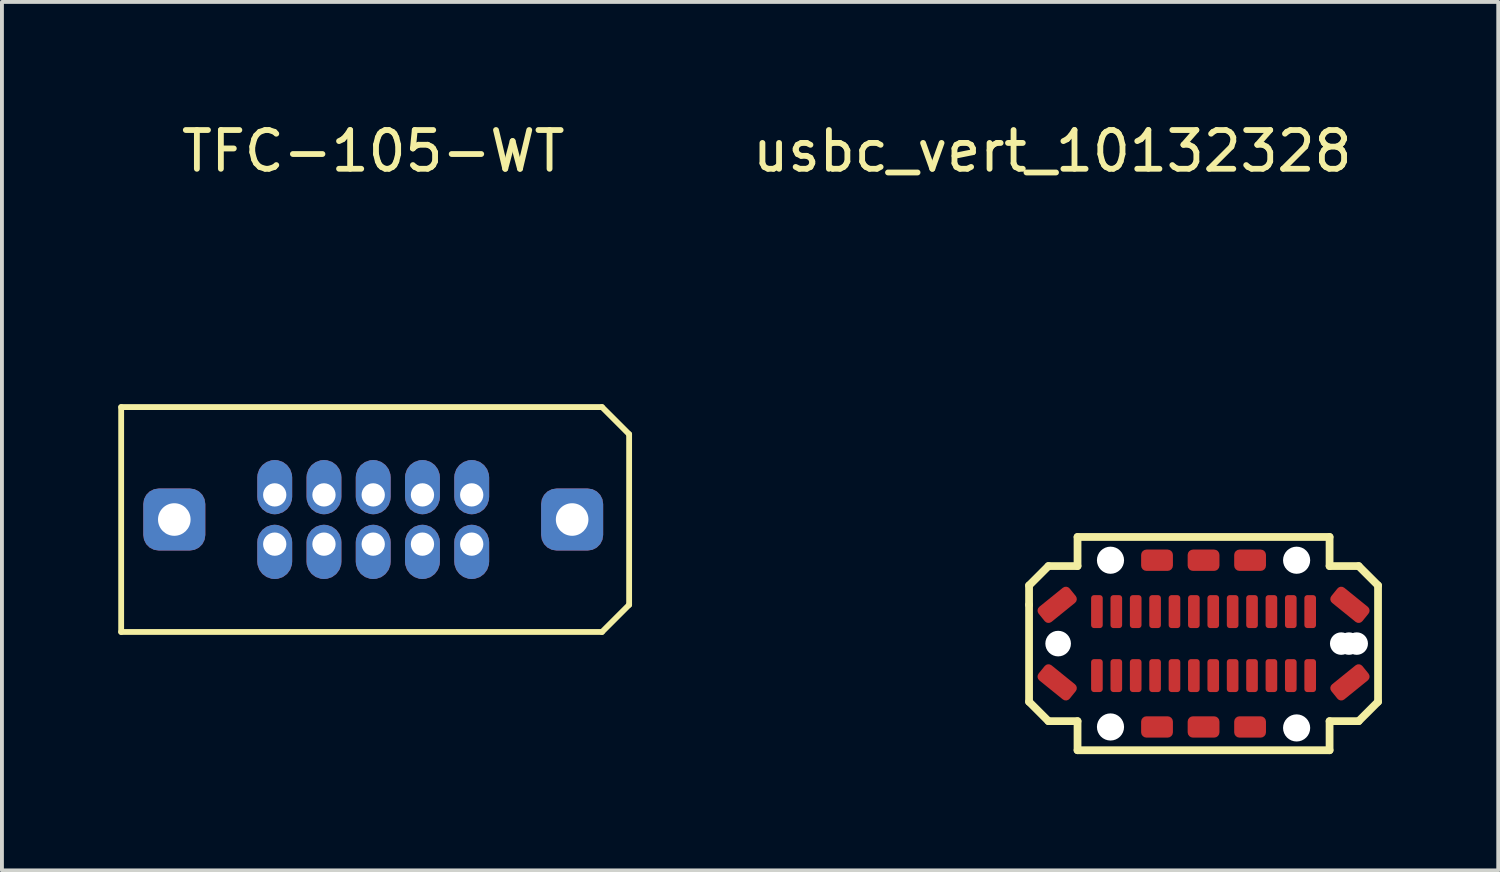
<source format=kicad_pcb>
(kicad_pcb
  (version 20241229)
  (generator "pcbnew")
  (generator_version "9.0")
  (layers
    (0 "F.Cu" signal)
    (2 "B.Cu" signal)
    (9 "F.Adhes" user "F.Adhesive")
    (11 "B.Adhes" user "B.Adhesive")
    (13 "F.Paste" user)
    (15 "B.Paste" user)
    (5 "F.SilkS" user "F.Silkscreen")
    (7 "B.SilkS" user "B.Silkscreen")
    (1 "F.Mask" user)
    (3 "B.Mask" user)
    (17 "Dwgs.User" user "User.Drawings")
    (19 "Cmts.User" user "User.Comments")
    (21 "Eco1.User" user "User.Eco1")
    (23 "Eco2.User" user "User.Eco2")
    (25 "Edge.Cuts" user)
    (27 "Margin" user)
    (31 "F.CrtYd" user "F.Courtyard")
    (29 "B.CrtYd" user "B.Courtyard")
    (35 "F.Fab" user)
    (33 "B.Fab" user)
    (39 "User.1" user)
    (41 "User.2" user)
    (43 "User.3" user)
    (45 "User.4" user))
  (footprint "TFC-105-WT"
    (layer "F.Cu")
    (at 6.575 10.348)
    (property "Reference" "TFC-105-WT" (at 0 -9.5 0) (layer "F.SilkS") (effects (font (size 1 1) (thickness 0.15))))
    (attr through_hole)
    (fp_line (start -6.5 -2.9) (end 5.9 -2.9) (stroke (width 0.15) (type solid)) (layer "F.SilkS"))
    (fp_line (start -6.5 2.9) (end -6.5 -2.9) (stroke (width 0.15) (type solid)) (layer "F.SilkS"))
    (fp_line (start 5.9 -2.9) (end 6.6 -2.2) (stroke (width 0.15) (type solid)) (layer "F.SilkS"))
    (fp_line (start 5.9 2.9) (end -6.5 2.9) (stroke (width 0.15) (type solid)) (layer "F.SilkS"))
    (fp_line (start 6.6 -2.2) (end 6.6 2.2) (stroke (width 0.15) (type solid)) (layer "F.SilkS"))
    (fp_line (start 6.6 2.2) (end 5.9 2.9) (stroke (width 0.15) (type solid)) (layer "F.SilkS"))
    (pad "1" thru_hole roundrect (at -2.54 0.635 180) (size 0.9 1.4) (drill 0.6 (offset 0 -0.2)) (layers "*.Cu" "*.Mask") (roundrect_rratio 0.5))
    (pad "2" thru_hole roundrect (at -2.54 -0.635) (size 0.9 1.4) (drill 0.6 (offset 0 -0.2)) (layers "*.Cu" "*.Mask") (roundrect_rratio 0.5))
    (pad "3" thru_hole roundrect (at -1.27 0.635 180) (size 0.9 1.4) (drill 0.6 (offset 0 -0.2)) (layers "*.Cu" "*.Mask") (roundrect_rratio 0.5))
    (pad "4" thru_hole roundrect (at -1.27 -0.635) (size 0.9 1.4) (drill 0.6 (offset 0 -0.2)) (layers "*.Cu" "*.Mask") (roundrect_rratio 0.5))
    (pad "5" thru_hole roundrect (at 0 0.635 180) (size 0.9 1.4) (drill 0.6 (offset 0 -0.2)) (layers "*.Cu" "*.Mask") (roundrect_rratio 0.5))
    (pad "6" thru_hole roundrect (at 0 -0.635) (size 0.9 1.4) (drill 0.6 (offset 0 -0.2)) (layers "*.Cu" "*.Mask") (roundrect_rratio 0.5))
    (pad "7" thru_hole roundrect (at 1.27 0.635 180) (size 0.9 1.4) (drill 0.6 (offset 0 -0.2)) (layers "*.Cu" "*.Mask") (roundrect_rratio 0.5))
    (pad "8" thru_hole roundrect (at 1.27 -0.635) (size 0.9 1.4) (drill 0.6 (offset 0 -0.2)) (layers "*.Cu" "*.Mask") (roundrect_rratio 0.5))
    (pad "9" thru_hole roundrect (at 2.54 0.635 180) (size 0.9 1.4) (drill 0.6 (offset 0 -0.2)) (layers "*.Cu" "*.Mask") (roundrect_rratio 0.5))
    (pad "10" thru_hole roundrect (at 2.54 -0.635) (size 0.9 1.4) (drill 0.6 (offset 0 -0.2)) (layers "*.Cu" "*.Mask") (roundrect_rratio 0.5))
    (pad "MT" thru_hole roundrect (at -5.13 0) (size 1.6 1.6) (drill 0.84) (layers "*.Cu" "*.Mask") (roundrect_rratio 0.25))
    (pad "MT" thru_hole roundrect (at 5.13 0) (size 1.6 1.6) (drill 0.84) (layers "*.Cu" "*.Mask") (roundrect_rratio 0.25)))
  (footprint "usbc_vert_10132328"
    (layer "F.Cu")
    (at 27.989 13.548)
    (property "Reference" "usbc_vert_10132328" (at -3.9 -12.7 0) (layer "F.SilkS") (effects (font (size 1 1) (thickness 0.15))))
    (attr through_hole)
    (fp_line (start -4.5 -1.5) (end -4.5 -1) (stroke (width 0.2) (type solid)) (layer "F.SilkS"))
    (fp_line (start -4.5 -1) (end -4.5 1.5) (stroke (width 0.2) (type solid)) (layer "F.SilkS"))
    (fp_line (start -4.5 1.5) (end -4 2) (stroke (width 0.2) (type solid)) (layer "F.SilkS"))
    (fp_line (start -4 -2) (end -4.5 -1.5) (stroke (width 0.2) (type solid)) (layer "F.SilkS"))
    (fp_line (start -4 2) (end -3.25 2) (stroke (width 0.2) (type solid)) (layer "F.SilkS"))
    (fp_line (start -3.25 -2.75) (end -3.25 -2) (stroke (width 0.2) (type solid)) (layer "F.SilkS"))
    (fp_line (start -3.25 -2) (end -4 -2) (stroke (width 0.2) (type solid)) (layer "F.SilkS"))
    (fp_line (start -3.25 2) (end -3.25 2.75) (stroke (width 0.2) (type solid)) (layer "F.SilkS"))
    (fp_line (start -3.25 2.75) (end 3.25 2.75) (stroke (width 0.2) (type solid)) (layer "F.SilkS"))
    (fp_line (start 3.25 -2.75) (end -3.25 -2.75) (stroke (width 0.2) (type solid)) (layer "F.SilkS"))
    (fp_line (start 3.25 -2) (end 3.25 -2.75) (stroke (width 0.2) (type solid)) (layer "F.SilkS"))
    (fp_line (start 3.25 2) (end 4 2) (stroke (width 0.2) (type solid)) (layer "F.SilkS"))
    (fp_line (start 3.25 2.75) (end 3.25 2) (stroke (width 0.2) (type solid)) (layer "F.SilkS"))
    (fp_line (start 4 -2) (end 3.25 -2) (stroke (width 0.2) (type solid)) (layer "F.SilkS"))
    (fp_line (start 4 2) (end 4.5 1.5) (stroke (width 0.2) (type solid)) (layer "F.SilkS"))
    (fp_line (start 4.5 -1.5) (end 4 -2) (stroke (width 0.2) (type solid)) (layer "F.SilkS"))
    (fp_line (start 4.5 1.5) (end 4.5 -1.5) (stroke (width 0.2) (type solid)) (layer "F.SilkS"))
    (pad "" np_thru_hole circle (at -3.75 0 321) (size 0.66 0.66) (drill 0.66) (layers "*.Cu" "*.Mask"))
    (pad "" np_thru_hole circle (at -2.4 -2.15 321) (size 0.7 0.7) (drill 0.7) (layers "*.Cu" "*.Mask"))
    (pad "" np_thru_hole circle (at -2.4 2.15 321) (size 0.7 0.7) (drill 0.7) (layers "*.Cu" "*.Mask"))
    (pad "" np_thru_hole circle (at 2.4 -2.15 321) (size 0.7 0.7) (drill 0.7) (layers "*.Cu" "*.Mask"))
    (pad "" np_thru_hole circle (at 2.4 2.175 321) (size 0.7 0.7) (drill 0.7) (layers "*.Cu" "*.Mask"))
    (pad "" np_thru_hole circle (at 3.55 0 321) (size 0.58 0.58) (drill 0.58) (layers "*.Cu" "*.Mask"))
    (pad "" np_thru_hole circle (at 3.75 0 321) (size 0.58 0.58) (drill 0.58) (layers "*.Cu" "*.Mask"))
    (pad "" np_thru_hole circle (at 3.95 0 321) (size 0.58 0.58) (drill 0.58) (layers "*.Cu" "*.Mask"))
    (pad "A1" smd roundrect (at -2.75 -0.825) (size 0.3 0.85) (layers "F.Cu" "F.Mask" "F.Paste") (roundrect_rratio 0.25))
    (pad "A2" smd roundrect (at -2.25 -0.825) (size 0.3 0.85) (layers "F.Cu" "F.Mask" "F.Paste") (roundrect_rratio 0.25))
    (pad "A3" smd roundrect (at -1.75 -0.825) (size 0.3 0.85) (layers "F.Cu" "F.Mask" "F.Paste") (roundrect_rratio 0.25))
    (pad "A4" smd roundrect (at -1.25 -0.825) (size 0.3 0.85) (layers "F.Cu" "F.Mask" "F.Paste") (roundrect_rratio 0.25))
    (pad "A5" smd roundrect (at -0.75 -0.825) (size 0.3 0.85) (layers "F.Cu" "F.Mask" "F.Paste") (roundrect_rratio 0.25))
    (pad "A6" smd roundrect (at -0.25 -0.825) (size 0.3 0.85) (layers "F.Cu" "F.Mask" "F.Paste") (roundrect_rratio 0.25))
    (pad "A7" smd roundrect (at 0.25 -0.825) (size 0.3 0.85) (layers "F.Cu" "F.Mask" "F.Paste") (roundrect_rratio 0.25))
    (pad "A8" smd roundrect (at 0.75 -0.825) (size 0.3 0.85) (layers "F.Cu" "F.Mask" "F.Paste") (roundrect_rratio 0.25))
    (pad "A9" smd roundrect (at 1.25 -0.825) (size 0.3 0.85) (layers "F.Cu" "F.Mask" "F.Paste") (roundrect_rratio 0.25))
    (pad "A10" smd roundrect (at 1.75 -0.825) (size 0.3 0.85) (layers "F.Cu" "F.Mask" "F.Paste") (roundrect_rratio 0.25))
    (pad "A11" smd roundrect (at 2.25 -0.825) (size 0.3 0.85) (layers "F.Cu" "F.Mask" "F.Paste") (roundrect_rratio 0.25))
    (pad "A12" smd roundrect (at 2.75 -0.825) (size 0.3 0.85) (layers "F.Cu" "F.Mask" "F.Paste") (roundrect_rratio 0.25))
    (pad "B1" smd roundrect (at 2.75 0.825) (size 0.3 0.85) (layers "F.Cu" "F.Mask" "F.Paste") (roundrect_rratio 0.25))
    (pad "B2" smd roundrect (at 2.25 0.825) (size 0.3 0.85) (layers "F.Cu" "F.Mask" "F.Paste") (roundrect_rratio 0.25))
    (pad "B3" smd roundrect (at 1.75 0.825) (size 0.3 0.85) (layers "F.Cu" "F.Mask" "F.Paste") (roundrect_rratio 0.25))
    (pad "B4" smd roundrect (at 1.25 0.825) (size 0.3 0.85) (layers "F.Cu" "F.Mask" "F.Paste") (roundrect_rratio 0.25))
    (pad "B5" smd roundrect (at 0.75 0.825) (size 0.3 0.85) (layers "F.Cu" "F.Mask" "F.Paste") (roundrect_rratio 0.25))
    (pad "B6" smd roundrect (at 0.25 0.825) (size 0.3 0.85) (layers "F.Cu" "F.Mask" "F.Paste") (roundrect_rratio 0.25))
    (pad "B7" smd roundrect (at -0.25 0.825) (size 0.3 0.85) (layers "F.Cu" "F.Mask" "F.Paste") (roundrect_rratio 0.25))
    (pad "B8" smd roundrect (at -0.75 0.825) (size 0.3 0.85) (layers "F.Cu" "F.Mask" "F.Paste") (roundrect_rratio 0.25))
    (pad "B9" smd roundrect (at -1.25 0.825) (size 0.3 0.85) (layers "F.Cu" "F.Mask" "F.Paste") (roundrect_rratio 0.25))
    (pad "B10" smd roundrect (at -1.75 0.825) (size 0.3 0.85) (layers "F.Cu" "F.Mask" "F.Paste") (roundrect_rratio 0.25))
    (pad "B11" smd roundrect (at -2.25 0.825) (size 0.3 0.85) (layers "F.Cu" "F.Mask" "F.Paste") (roundrect_rratio 0.25))
    (pad "B12" smd roundrect (at -2.75 0.825) (size 0.3 0.85) (layers "F.Cu" "F.Mask" "F.Paste") (roundrect_rratio 0.25))
    (pad "S1" smd roundrect (at -3.775 -1 39) (size 1.03 0.5) (layers "F.Cu" "F.Mask" "F.Paste") (roundrect_rratio 0.25))
    (pad "S1" smd roundrect (at -3.775 1 321) (size 1.03 0.5) (layers "F.Cu" "F.Mask" "F.Paste") (roundrect_rratio 0.25))
    (pad "S1" smd roundrect (at -1.2 -2.15 90) (size 0.55 0.82) (layers "F.Cu" "F.Mask" "F.Paste") (roundrect_rratio 0.25))
    (pad "S1" smd roundrect (at -1.2 2.15 90) (size 0.55 0.82) (layers "F.Cu" "F.Mask" "F.Paste") (roundrect_rratio 0.25))
    (pad "S1" smd roundrect (at 0 -2.15 90) (size 0.55 0.82) (layers "F.Cu" "F.Mask" "F.Paste") (roundrect_rratio 0.25))
    (pad "S1" smd roundrect (at 0 2.15 90) (size 0.55 0.82) (layers "F.Cu" "F.Mask" "F.Paste") (roundrect_rratio 0.25))
    (pad "S1" smd roundrect (at 1.2 -2.15 90) (size 0.55 0.82) (layers "F.Cu" "F.Mask" "F.Paste") (roundrect_rratio 0.25))
    (pad "S1" smd roundrect (at 1.2 2.15 90) (size 0.55 0.82) (layers "F.Cu" "F.Mask" "F.Paste") (roundrect_rratio 0.25))
    (pad "S1" smd roundrect (at 3.775 -1 321) (size 1.03 0.5) (layers "F.Cu" "F.Mask" "F.Paste") (roundrect_rratio 0.25))
    (pad "S1" smd roundrect (at 3.775 1 39) (size 1.03 0.5) (layers "F.Cu" "F.Mask" "F.Paste") (roundrect_rratio 0.25)))
  (gr_rect
    (start -3 -3)
    (end 35.589 19.398)
    (stroke (width 0.1) (type default))
    (fill no)
    (layer "Edge.Cuts")))
</source>
